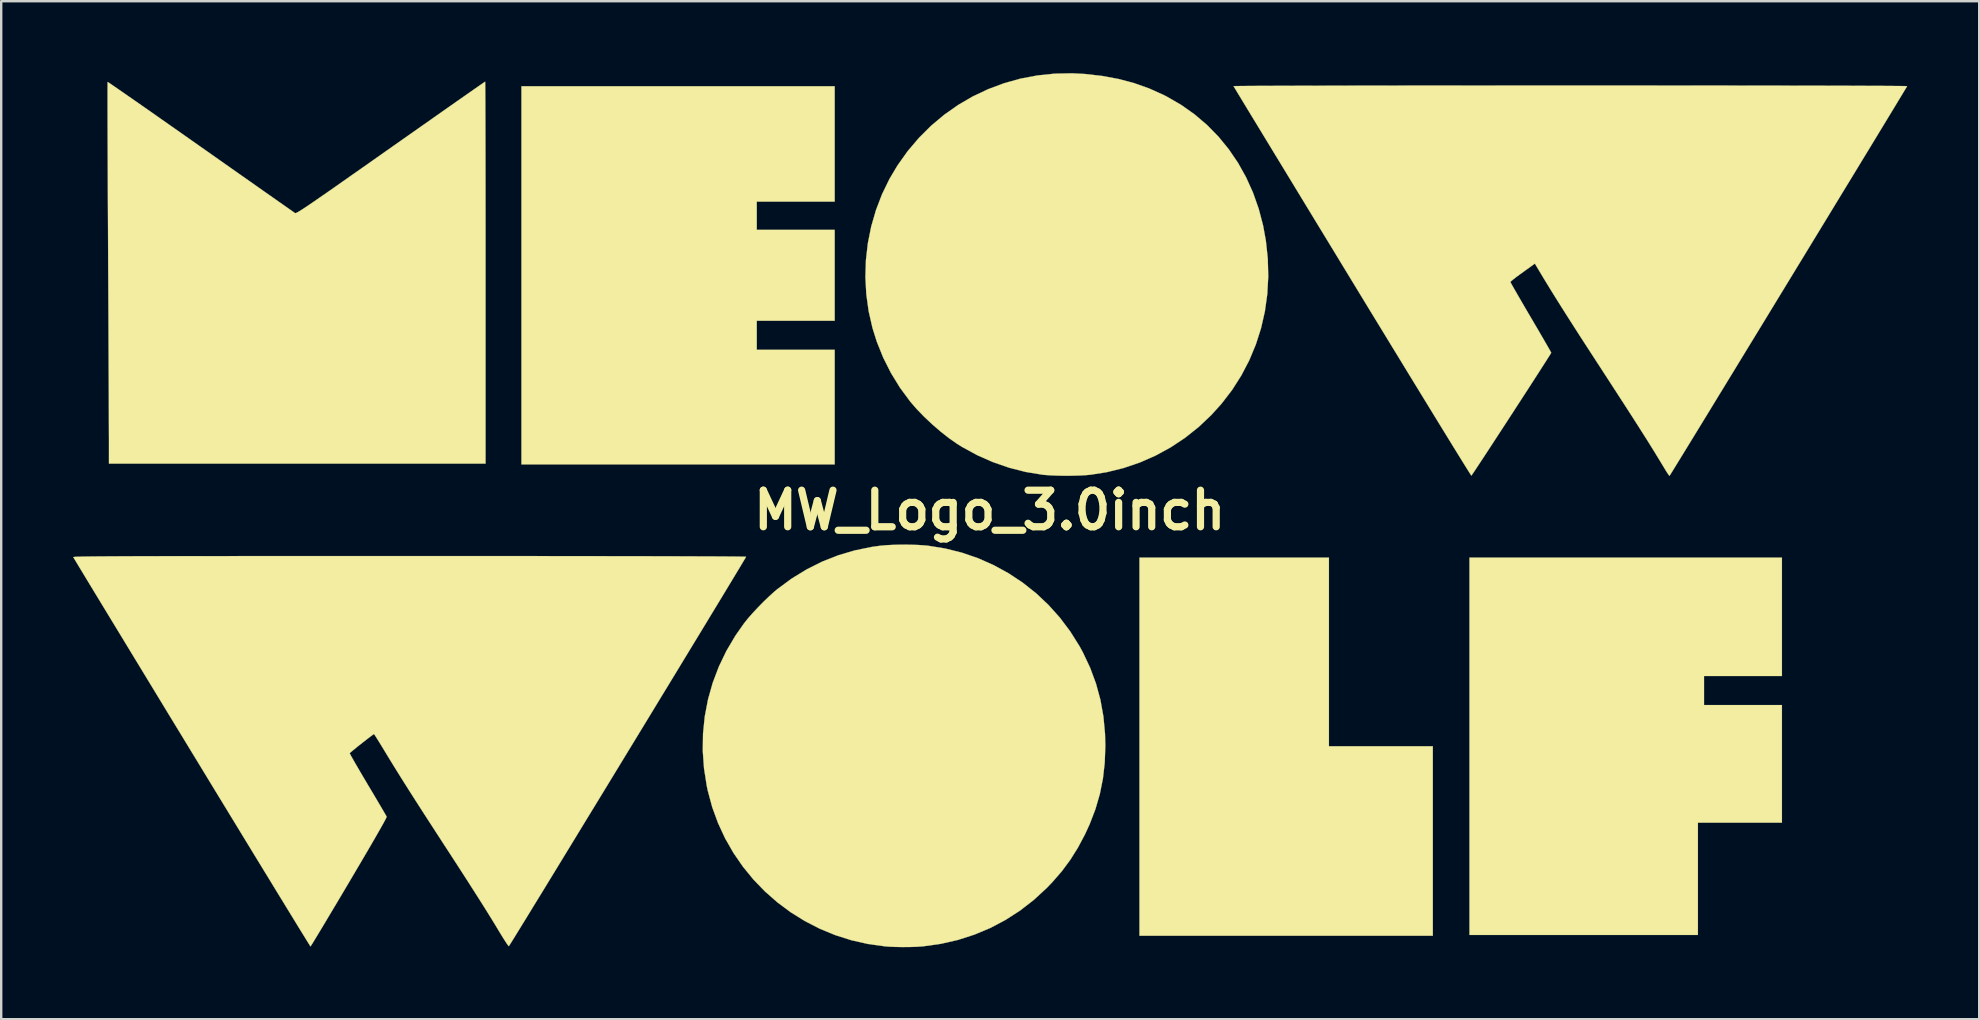
<source format=kicad_pcb>
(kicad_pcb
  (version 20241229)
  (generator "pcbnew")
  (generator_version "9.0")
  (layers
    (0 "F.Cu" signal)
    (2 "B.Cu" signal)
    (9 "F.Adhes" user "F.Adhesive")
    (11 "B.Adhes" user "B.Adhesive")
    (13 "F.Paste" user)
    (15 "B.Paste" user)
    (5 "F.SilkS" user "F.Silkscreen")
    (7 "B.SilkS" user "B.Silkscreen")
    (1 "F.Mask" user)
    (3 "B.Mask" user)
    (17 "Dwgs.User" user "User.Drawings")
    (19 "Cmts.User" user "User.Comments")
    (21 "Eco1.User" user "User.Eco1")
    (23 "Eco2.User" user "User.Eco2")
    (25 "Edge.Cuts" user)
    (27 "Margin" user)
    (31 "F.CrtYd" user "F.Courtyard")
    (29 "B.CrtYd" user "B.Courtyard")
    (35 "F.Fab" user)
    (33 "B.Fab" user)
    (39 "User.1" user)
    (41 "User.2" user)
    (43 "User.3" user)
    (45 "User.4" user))
  (footprint "MW_Logo_3.0inch"
    (layer "F.Cu")
    (at 38.189 18.209)
    (property "Reference" "MW_Logo_3.0inch" (at 0 0 0) (layer "F.SilkS") (effects (font (size 1.524 1.524) (thickness 0.3))))
    (attr through_hole)
    (fp_poly (pts (xy 14.132 9.835) (xy 18.461 9.835) (xy 18.461 17.729) (xy 6.239 17.729) (xy 6.239 1.973) (xy 14.132 1.973) (xy 14.132 9.835)) (stroke (width 0.01) (type solid)) (fill yes) (layer "F.SilkS"))
    (fp_poly (pts (xy 33.007 6.907) (xy 29.761 6.907) (xy 29.761 8.117) (xy 33.007 8.117) (xy 33.007 13.018) (xy 29.506 13.018) (xy 29.506 17.697) (xy 19.989 17.697) (xy 19.989 1.973) (xy 33.007 1.973) (xy 33.007 6.907)) (stroke (width 0.01) (type solid)) (fill yes) (layer "F.SilkS"))
    (fp_poly (pts (xy -6.461 -12.859) (xy -9.708 -12.859) (xy -9.708 -11.681) (xy -6.461 -11.681) (xy -6.461 -7.894) (xy -9.708 -7.894) (xy -9.708 -6.684) (xy -6.461 -6.684) (xy -6.461 -1.91) (xy -19.512 -1.91) (xy -19.512 -17.665) (xy -6.461 -17.665) (xy -6.461 -12.859)) (stroke (width 0.01) (type solid)) (fill yes) (layer "F.SilkS"))
    (fp_poly (pts (xy 3.959 -18.177) (xy 4.683 -18.095) (xy 5.367 -17.968) (xy 6.018 -17.795) (xy 6.643 -17.573) (xy 7.247 -17.301) (xy 7.376 -17.235) (xy 7.976 -16.888) (xy 8.535 -16.493) (xy 9.054 -16.051) (xy 9.53 -15.565) (xy 9.961 -15.037) (xy 10.346 -14.471) (xy 10.682 -13.868) (xy 10.97 -13.231) (xy 11.206 -12.562) (xy 11.389 -11.864) (xy 11.504 -11.236) (xy 11.585 -10.481) (xy 11.604 -9.737) (xy 11.564 -9.005) (xy 11.464 -8.287) (xy 11.305 -7.587) (xy 11.088 -6.908) (xy 10.814 -6.25) (xy 10.484 -5.618) (xy 10.099 -5.013) (xy 9.658 -4.439) (xy 9.232 -3.967) (xy 8.703 -3.467) (xy 8.137 -3.017) (xy 7.537 -2.619) (xy 6.908 -2.276) (xy 6.252 -1.988) (xy 5.573 -1.757) (xy 4.874 -1.585) (xy 4.208 -1.48) (xy 3.979 -1.459) (xy 3.705 -1.445) (xy 3.403 -1.438) (xy 3.091 -1.437) (xy 2.784 -1.443) (xy 2.502 -1.455) (xy 2.259 -1.473) (xy 2.189 -1.481) (xy 1.492 -1.596) (xy 0.802 -1.773) (xy 0.126 -2.007) (xy -0.528 -2.296) (xy -1.152 -2.637) (xy -1.353 -2.762) (xy -1.688 -2.995) (xy -2.04 -3.271) (xy -2.394 -3.576) (xy -2.735 -3.897) (xy -3.048 -4.221) (xy -3.32 -4.535) (xy -3.32 -4.536) (xy -3.742 -5.109) (xy -4.117 -5.72) (xy -4.44 -6.361) (xy -4.707 -7.025) (xy -4.885 -7.591) (xy -5.045 -8.29) (xy -5.143 -8.998) (xy -5.181 -9.71) (xy -5.159 -10.42) (xy -5.078 -11.126) (xy -4.939 -11.821) (xy -4.742 -12.502) (xy -4.489 -13.163) (xy -4.179 -13.802) (xy -3.845 -14.364) (xy -3.418 -14.964) (xy -2.948 -15.517) (xy -2.44 -16.023) (xy -1.894 -16.48) (xy -1.315 -16.887) (xy -0.705 -17.242) (xy -0.067 -17.543) (xy 0.596 -17.791) (xy 1.28 -17.982) (xy 1.984 -18.115) (xy 2.704 -18.19) (xy 3.437 -18.204) (xy 3.959 -18.177)) (stroke (width 0.01) (type solid)) (fill yes) (layer "F.SilkS"))
    (fp_poly (pts (xy -3.303 1.437) (xy -2.978 1.448) (xy -2.689 1.468) (xy -2.574 1.479) (xy -1.857 1.595) (xy -1.16 1.769) (xy -0.484 2.001) (xy 0.165 2.289) (xy 0.786 2.629) (xy 1.376 3.02) (xy 1.931 3.46) (xy 2.447 3.947) (xy 2.923 4.478) (xy 3.355 5.052) (xy 3.74 5.666) (xy 3.879 5.92) (xy 4.183 6.565) (xy 4.427 7.224) (xy 4.611 7.9) (xy 4.736 8.597) (xy 4.803 9.317) (xy 4.816 9.819) (xy 4.791 10.517) (xy 4.716 11.182) (xy 4.587 11.825) (xy 4.404 12.454) (xy 4.164 13.079) (xy 3.965 13.512) (xy 3.673 14.061) (xy 3.357 14.564) (xy 3.007 15.037) (xy 2.61 15.495) (xy 2.372 15.742) (xy 1.833 16.239) (xy 1.26 16.683) (xy 0.655 17.072) (xy 0.021 17.407) (xy -0.642 17.684) (xy -1.329 17.905) (xy -2.04 18.067) (xy -2.772 18.17) (xy -2.817 18.174) (xy -3.054 18.19) (xy -3.332 18.199) (xy -3.629 18.201) (xy -3.923 18.196) (xy -4.193 18.185) (xy -4.361 18.172) (xy -5.074 18.073) (xy -5.768 17.916) (xy -6.44 17.703) (xy -7.086 17.436) (xy -7.706 17.117) (xy -8.294 16.751) (xy -8.849 16.338) (xy -9.368 15.882) (xy -9.848 15.385) (xy -10.286 14.849) (xy -10.679 14.278) (xy -11.025 13.673) (xy -11.32 13.038) (xy -11.563 12.374) (xy -11.749 11.685) (xy -11.79 11.49) (xy -11.905 10.757) (xy -11.957 10.027) (xy -11.946 9.304) (xy -11.873 8.588) (xy -11.739 7.885) (xy -11.544 7.194) (xy -11.289 6.521) (xy -10.975 5.866) (xy -10.602 5.234) (xy -10.242 4.719) (xy -10.08 4.516) (xy -9.88 4.288) (xy -9.656 4.048) (xy -9.42 3.808) (xy -9.186 3.583) (xy -8.967 3.386) (xy -8.849 3.287) (xy -8.255 2.849) (xy -7.633 2.468) (xy -6.987 2.144) (xy -6.316 1.879) (xy -5.623 1.674) (xy -4.91 1.528) (xy -4.556 1.479) (xy -4.288 1.456) (xy -3.977 1.441) (xy -3.642 1.434) (xy -3.303 1.437)) (stroke (width 0.01) (type solid)) (fill yes) (layer "F.SilkS"))
    (fp_poly (pts (xy -21.023 -17.825) (xy -21.022 -17.733) (xy -21.02 -17.582) (xy -21.019 -17.376) (xy -21.017 -17.117) (xy -21.016 -16.808) (xy -21.015 -16.451) (xy -21.014 -16.049) (xy -21.013 -15.606) (xy -21.012 -15.123) (xy -21.011 -14.603) (xy -21.01 -14.049) (xy -21.009 -13.464) (xy -21.009 -12.85) (xy -21.008 -12.211) (xy -21.008 -11.548) (xy -21.008 -10.865) (xy -21.008 -10.163) (xy -21.008 -9.899) (xy -21.008 -1.942) (xy -36.699 -1.942) (xy -36.699 -2.841) (xy -36.699 -2.959) (xy -36.7 -3.138) (xy -36.701 -3.373) (xy -36.702 -3.662) (xy -36.703 -4.002) (xy -36.705 -4.388) (xy -36.706 -4.817) (xy -36.708 -5.287) (xy -36.711 -5.793) (xy -36.713 -6.332) (xy -36.716 -6.902) (xy -36.718 -7.498) (xy -36.721 -8.117) (xy -36.724 -8.756) (xy -36.727 -9.411) (xy -36.731 -10.08) (xy -36.734 -10.758) (xy -36.734 -10.785) (xy -36.737 -11.45) (xy -36.74 -12.098) (xy -36.743 -12.726) (xy -36.746 -13.332) (xy -36.748 -13.913) (xy -36.75 -14.465) (xy -36.752 -14.985) (xy -36.754 -15.472) (xy -36.755 -15.921) (xy -36.756 -16.331) (xy -36.757 -16.698) (xy -36.757 -17.019) (xy -36.757 -17.292) (xy -36.757 -17.514) (xy -36.756 -17.681) (xy -36.756 -17.791) (xy -36.754 -17.841) (xy -36.754 -17.844) (xy -36.727 -17.828) (xy -36.65 -17.777) (xy -36.528 -17.693) (xy -36.362 -17.579) (xy -36.155 -17.436) (xy -35.911 -17.266) (xy -35.631 -17.072) (xy -35.32 -16.855) (xy -34.98 -16.618) (xy -34.614 -16.361) (xy -34.225 -16.088) (xy -33.815 -15.801) (xy -33.387 -15.5) (xy -32.945 -15.189) (xy -32.876 -15.141) (xy -32.431 -14.828) (xy -31.999 -14.524) (xy -31.584 -14.232) (xy -31.188 -13.954) (xy -30.815 -13.692) (xy -30.467 -13.447) (xy -30.148 -13.223) (xy -29.859 -13.021) (xy -29.605 -12.842) (xy -29.388 -12.69) (xy -29.211 -12.566) (xy -29.076 -12.472) (xy -28.988 -12.41) (xy -28.948 -12.383) (xy -28.947 -12.382) (xy -28.935 -12.379) (xy -28.916 -12.381) (xy -28.888 -12.391) (xy -28.848 -12.411) (xy -28.794 -12.441) (xy -28.724 -12.484) (xy -28.634 -12.541) (xy -28.523 -12.614) (xy -28.388 -12.704) (xy -28.227 -12.814) (xy -28.036 -12.945) (xy -27.814 -13.099) (xy -27.558 -13.276) (xy -27.266 -13.48) (xy -26.936 -13.712) (xy -26.564 -13.973) (xy -26.148 -14.264) (xy -25.686 -14.589) (xy -25.176 -14.948) (xy -24.961 -15.099) (xy -24.514 -15.414) (xy -24.08 -15.718) (xy -23.664 -16.011) (xy -23.267 -16.289) (xy -22.894 -16.552) (xy -22.546 -16.796) (xy -22.226 -17.02) (xy -21.938 -17.222) (xy -21.684 -17.399) (xy -21.467 -17.551) (xy -21.29 -17.674) (xy -21.156 -17.767) (xy -21.067 -17.828) (xy -21.027 -17.855) (xy -21.025 -17.856) (xy -21.023 -17.825)) (stroke (width 0.01) (type solid)) (fill yes) (layer "F.SilkS"))
    (fp_poly (pts (xy 25.266 -17.697) (xy 26.31 -17.697) (xy 27.319 -17.697) (xy 28.293 -17.696) (xy 29.231 -17.696) (xy 30.13 -17.695) (xy 30.99 -17.694) (xy 31.809 -17.693) (xy 32.586 -17.692) (xy 33.319 -17.691) (xy 34.007 -17.69) (xy 34.648 -17.689) (xy 35.241 -17.687) (xy 35.785 -17.686) (xy 36.278 -17.684) (xy 36.719 -17.682) (xy 37.106 -17.681) (xy 37.438 -17.679) (xy 37.713 -17.677) (xy 37.931 -17.675) (xy 38.089 -17.673) (xy 38.186 -17.671) (xy 38.222 -17.669) (xy 38.222 -17.668) (xy 38.204 -17.636) (xy 38.154 -17.552) (xy 38.074 -17.42) (xy 37.966 -17.241) (xy 37.831 -17.018) (xy 37.671 -16.753) (xy 37.487 -16.45) (xy 37.281 -16.111) (xy 37.055 -15.739) (xy 36.81 -15.335) (xy 36.547 -14.903) (xy 36.268 -14.445) (xy 35.976 -13.964) (xy 35.67 -13.462) (xy 35.353 -12.942) (xy 35.027 -12.406) (xy 34.693 -11.858) (xy 34.352 -11.299) (xy 34.007 -10.732) (xy 33.658 -10.16) (xy 33.308 -9.585) (xy 32.957 -9.01) (xy 32.608 -8.437) (xy 32.262 -7.869) (xy 31.92 -7.309) (xy 31.584 -6.759) (xy 31.256 -6.222) (xy 30.938 -5.7) (xy 30.63 -5.196) (xy 30.334 -4.712) (xy 30.053 -4.251) (xy 29.787 -3.816) (xy 29.538 -3.409) (xy 29.307 -3.032) (xy 29.097 -2.689) (xy 28.909 -2.382) (xy 28.744 -2.113) (xy 28.604 -1.885) (xy 28.49 -1.7) (xy 28.405 -1.562) (xy 28.349 -1.472) (xy 28.324 -1.434) (xy 28.323 -1.432) (xy 28.298 -1.458) (xy 28.25 -1.527) (xy 28.184 -1.628) (xy 28.134 -1.711) (xy 27.986 -1.956) (xy 27.838 -2.199) (xy 27.688 -2.444) (xy 27.532 -2.696) (xy 27.367 -2.96) (xy 27.189 -3.24) (xy 26.997 -3.543) (xy 26.786 -3.872) (xy 26.554 -4.233) (xy 26.298 -4.629) (xy 26.014 -5.067) (xy 25.7 -5.551) (xy 25.543 -5.793) (xy 25.199 -6.322) (xy 24.887 -6.803) (xy 24.604 -7.24) (xy 24.348 -7.639) (xy 24.115 -8.003) (xy 23.903 -8.337) (xy 23.708 -8.646) (xy 23.527 -8.935) (xy 23.358 -9.208) (xy 23.197 -9.471) (xy 23.042 -9.727) (xy 22.89 -9.981) (xy 22.869 -10.016) (xy 22.713 -10.277) (xy 22.569 -10.172) (xy 22.488 -10.113) (xy 22.37 -10.029) (xy 22.23 -9.928) (xy 22.083 -9.822) (xy 22.058 -9.805) (xy 21.927 -9.708) (xy 21.817 -9.622) (xy 21.737 -9.555) (xy 21.698 -9.513) (xy 21.695 -9.506) (xy 21.712 -9.472) (xy 21.757 -9.389) (xy 21.829 -9.261) (xy 21.925 -9.095) (xy 22.041 -8.894) (xy 22.174 -8.665) (xy 22.321 -8.412) (xy 22.48 -8.141) (xy 22.547 -8.027) (xy 22.709 -7.751) (xy 22.861 -7.491) (xy 23 -7.253) (xy 23.122 -7.042) (xy 23.226 -6.863) (xy 23.307 -6.721) (xy 23.363 -6.621) (xy 23.391 -6.569) (xy 23.394 -6.563) (xy 23.377 -6.532) (xy 23.328 -6.452) (xy 23.25 -6.328) (xy 23.146 -6.165) (xy 23.018 -5.966) (xy 22.871 -5.736) (xy 22.706 -5.48) (xy 22.527 -5.202) (xy 22.336 -4.907) (xy 22.136 -4.599) (xy 21.931 -4.283) (xy 21.723 -3.962) (xy 21.515 -3.642) (xy 21.31 -3.328) (xy 21.111 -3.023) (xy 20.921 -2.731) (xy 20.743 -2.459) (xy 20.579 -2.209) (xy 20.433 -1.987) (xy 20.307 -1.796) (xy 20.205 -1.642) (xy 20.129 -1.529) (xy 20.082 -1.461) (xy 20.068 -1.443) (xy 20.049 -1.469) (xy 19.998 -1.547) (xy 19.917 -1.676) (xy 19.807 -1.852) (xy 19.669 -2.075) (xy 19.504 -2.341) (xy 19.314 -2.649) (xy 19.1 -2.997) (xy 18.863 -3.383) (xy 18.605 -3.803) (xy 18.326 -4.258) (xy 18.029 -4.743) (xy 17.714 -5.258) (xy 17.383 -5.799) (xy 17.037 -6.366) (xy 16.677 -6.955) (xy 16.305 -7.565) (xy 15.921 -8.193) (xy 15.528 -8.838) (xy 15.127 -9.498) (xy 15.103 -9.537) (xy 14.701 -10.197) (xy 14.308 -10.844) (xy 13.924 -11.474) (xy 13.551 -12.086) (xy 13.191 -12.678) (xy 12.845 -13.247) (xy 12.514 -13.792) (xy 12.199 -14.31) (xy 11.901 -14.799) (xy 11.623 -15.257) (xy 11.364 -15.682) (xy 11.128 -16.072) (xy 10.913 -16.424) (xy 10.723 -16.737) (xy 10.558 -17.009) (xy 10.42 -17.237) (xy 10.31 -17.419) (xy 10.229 -17.553) (xy 10.178 -17.637) (xy 10.159 -17.669) (xy 10.159 -17.669) (xy 10.19 -17.671) (xy 10.282 -17.673) (xy 10.435 -17.675) (xy 10.647 -17.677) (xy 10.915 -17.679) (xy 11.238 -17.681) (xy 11.615 -17.682) (xy 12.044 -17.684) (xy 12.522 -17.685) (xy 13.049 -17.687) (xy 13.622 -17.688) (xy 14.24 -17.689) (xy 14.901 -17.691) (xy 15.603 -17.692) (xy 16.346 -17.693) (xy 17.126 -17.694) (xy 17.942 -17.695) (xy 18.793 -17.695) (xy 19.677 -17.696) (xy 20.592 -17.696) (xy 21.536 -17.697) (xy 22.508 -17.697) (xy 23.506 -17.697) (xy 24.19 -17.697) (xy 25.266 -17.697)) (stroke (width 0.01) (type solid)) (fill yes) (layer "F.SilkS"))
    (fp_poly (pts (xy -23.046 1.91) (xy -21.953 1.91) (xy -20.901 1.91) (xy -19.891 1.911) (xy -18.925 1.911) (xy -18.002 1.912) (xy -17.125 1.913) (xy -16.294 1.914) (xy -15.511 1.915) (xy -14.777 1.916) (xy -14.092 1.917) (xy -13.458 1.919) (xy -12.876 1.92) (xy -12.348 1.922) (xy -11.873 1.924) (xy -11.454 1.925) (xy -11.091 1.927) (xy -10.786 1.929) (xy -10.539 1.931) (xy -10.352 1.934) (xy -10.226 1.936) (xy -10.162 1.938) (xy -10.154 1.939) (xy -10.17 1.97) (xy -10.218 2.051) (xy -10.296 2.182) (xy -10.402 2.36) (xy -10.536 2.581) (xy -10.694 2.844) (xy -10.877 3.146) (xy -11.081 3.484) (xy -11.306 3.855) (xy -11.551 4.258) (xy -11.812 4.689) (xy -12.09 5.147) (xy -12.382 5.627) (xy -12.687 6.129) (xy -13.002 6.648) (xy -13.328 7.184) (xy -13.662 7.732) (xy -14.002 8.291) (xy -14.347 8.858) (xy -14.695 9.43) (xy -15.046 10.005) (xy -15.396 10.58) (xy -15.745 11.153) (xy -16.091 11.721) (xy -16.433 12.281) (xy -16.769 12.831) (xy -17.097 13.369) (xy -17.415 13.891) (xy -17.724 14.396) (xy -18.019 14.88) (xy -18.301 15.341) (xy -18.567 15.777) (xy -18.817 16.184) (xy -19.048 16.561) (xy -19.258 16.905) (xy -19.447 17.212) (xy -19.613 17.482) (xy -19.753 17.71) (xy -19.867 17.895) (xy -19.954 18.033) (xy -20.01 18.123) (xy -20.036 18.162) (xy -20.037 18.163) (xy -20.062 18.14) (xy -20.114 18.069) (xy -20.187 17.959) (xy -20.278 17.817) (xy -20.38 17.651) (xy -20.425 17.577) (xy -20.575 17.327) (xy -20.736 17.064) (xy -20.911 16.781) (xy -21.102 16.476) (xy -21.312 16.144) (xy -21.544 15.78) (xy -21.8 15.38) (xy -22.083 14.941) (xy -22.396 14.458) (xy -22.742 13.926) (xy -22.772 13.88) (xy -23.12 13.343) (xy -23.437 12.854) (xy -23.725 12.407) (xy -23.987 11.998) (xy -24.228 11.62) (xy -24.45 11.269) (xy -24.656 10.94) (xy -24.85 10.627) (xy -25.036 10.324) (xy -25.211 10.035) (xy -25.327 9.844) (xy -25.432 9.673) (xy -25.522 9.529) (xy -25.592 9.418) (xy -25.639 9.348) (xy -25.657 9.326) (xy -25.688 9.345) (xy -25.759 9.397) (xy -25.861 9.474) (xy -25.985 9.569) (xy -26.12 9.675) (xy -26.259 9.784) (xy -26.391 9.889) (xy -26.507 9.984) (xy -26.597 10.059) (xy -26.654 10.109) (xy -26.668 10.124) (xy -26.654 10.156) (xy -26.611 10.238) (xy -26.541 10.363) (xy -26.448 10.526) (xy -26.334 10.722) (xy -26.204 10.945) (xy -26.06 11.189) (xy -25.914 11.436) (xy -25.758 11.697) (xy -25.612 11.942) (xy -25.48 12.166) (xy -25.364 12.363) (xy -25.267 12.528) (xy -25.193 12.654) (xy -25.146 12.737) (xy -25.129 12.77) (xy -25.141 12.807) (xy -25.187 12.898) (xy -25.265 13.043) (xy -25.376 13.241) (xy -25.519 13.491) (xy -25.693 13.794) (xy -25.9 14.149) (xy -26.138 14.555) (xy -26.407 15.011) (xy -26.694 15.498) (xy -26.918 15.876) (xy -27.133 16.238) (xy -27.337 16.58) (xy -27.528 16.899) (xy -27.702 17.192) (xy -27.859 17.453) (xy -27.996 17.68) (xy -28.11 17.868) (xy -28.199 18.015) (xy -28.262 18.116) (xy -28.296 18.168) (xy -28.301 18.175) (xy -28.319 18.148) (xy -28.369 18.069) (xy -28.45 17.939) (xy -28.559 17.762) (xy -28.697 17.539) (xy -28.861 17.272) (xy -29.05 16.963) (xy -29.264 16.614) (xy -29.5 16.228) (xy -29.758 15.807) (xy -30.035 15.352) (xy -30.332 14.867) (xy -30.647 14.352) (xy -30.977 13.81) (xy -31.323 13.243) (xy -31.682 12.654) (xy -32.054 12.044) (xy -32.437 11.416) (xy -32.829 10.771) (xy -33.231 10.112) (xy -33.245 10.089) (xy -33.646 9.429) (xy -34.04 8.783) (xy -34.423 8.153) (xy -34.795 7.541) (xy -35.155 6.949) (xy -35.501 6.38) (xy -35.832 5.835) (xy -36.147 5.317) (xy -36.444 4.828) (xy -36.723 4.37) (xy -36.981 3.945) (xy -37.218 3.555) (xy -37.432 3.202) (xy -37.622 2.889) (xy -37.786 2.617) (xy -37.924 2.389) (xy -38.034 2.207) (xy -38.115 2.073) (xy -38.166 1.988) (xy -38.184 1.956) (xy -38.184 1.956) (xy -38.18 1.952) (xy -38.164 1.949) (xy -38.134 1.946) (xy -38.088 1.942) (xy -38.024 1.939) (xy -37.942 1.937) (xy -37.839 1.934) (xy -37.713 1.932) (xy -37.564 1.929) (xy -37.388 1.927) (xy -37.185 1.925) (xy -36.953 1.923) (xy -36.691 1.922) (xy -36.396 1.92) (xy -36.066 1.919) (xy -35.701 1.917) (xy -35.298 1.916) (xy -34.856 1.915) (xy -34.373 1.914) (xy -33.848 1.914) (xy -33.278 1.913) (xy -32.662 1.912) (xy -31.999 1.912) (xy -31.286 1.911) (xy -30.522 1.911) (xy -29.706 1.91) (xy -28.835 1.91) (xy -27.908 1.91) (xy -26.923 1.91) (xy -25.879 1.91) (xy -24.774 1.91) (xy -24.178 1.91) (xy -23.046 1.91)) (stroke (width 0.01) (type solid)) (fill yes) (layer "F.SilkS")))
  (gr_rect
    (start -3 -3)
    (end 79.416 39.415)
    (stroke (width 0.1) (type default))
    (fill no)
    (layer "Edge.Cuts")))
</source>
